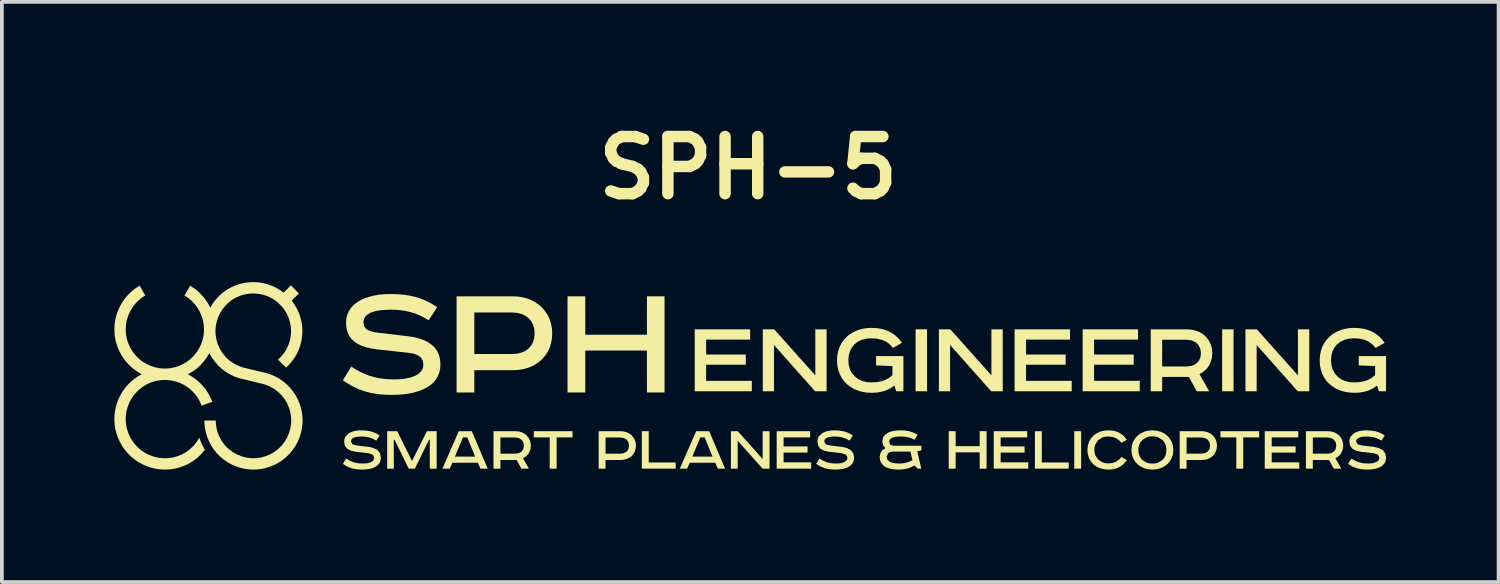
<source format=kicad_pcb>
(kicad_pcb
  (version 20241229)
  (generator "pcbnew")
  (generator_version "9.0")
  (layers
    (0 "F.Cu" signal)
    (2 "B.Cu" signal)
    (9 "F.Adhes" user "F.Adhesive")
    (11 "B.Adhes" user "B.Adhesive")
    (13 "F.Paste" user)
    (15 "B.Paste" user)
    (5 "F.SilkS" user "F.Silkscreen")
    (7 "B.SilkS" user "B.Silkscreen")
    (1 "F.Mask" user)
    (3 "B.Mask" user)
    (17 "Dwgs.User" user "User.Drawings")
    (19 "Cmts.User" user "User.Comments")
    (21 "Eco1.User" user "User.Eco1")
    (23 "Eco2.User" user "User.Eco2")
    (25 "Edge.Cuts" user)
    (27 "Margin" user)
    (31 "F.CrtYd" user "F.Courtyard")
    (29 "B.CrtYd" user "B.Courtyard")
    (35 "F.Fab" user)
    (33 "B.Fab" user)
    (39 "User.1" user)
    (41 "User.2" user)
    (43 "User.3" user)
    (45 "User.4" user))
  (footprint "SPH-5"
    (layer "F.Cu")
    (at 16.904 6.974)
    (property "Reference" "SPH-5" (at 0 -5.548 0) (layer "F.SilkS") (effects (font (size 1.524 1.524) (thickness 0.305))))
    (attr smd)
    (fp_poly (pts (xy 4.77 0.411) (xy 4.465 0.411) (xy 4.465 -1.241) (xy 4.77 -1.241) (xy 4.77 0.411)) (stroke (width 0) (type solid)) (fill yes) (layer "F.SilkS"))
    (fp_poly (pts (xy 8.88 2.475) (xy 8.696 2.475) (xy 8.696 1.476) (xy 8.88 1.476) (xy 8.88 2.475)) (stroke (width 0) (type solid)) (fill yes) (layer "F.SilkS"))
    (fp_poly (pts (xy 12.945 0.411) (xy 12.641 0.411) (xy 12.641 -1.241) (xy 12.945 -1.241) (xy 12.945 0.411)) (stroke (width 0) (type solid)) (fill yes) (layer "F.SilkS"))
    (fp_poly (pts (xy -2.652 1.476) (xy -2.652 2.31) (xy -1.934 2.31) (xy -1.934 2.475) (xy -2.837 2.475) (xy -2.837 1.476) (xy -2.652 1.476)) (stroke (width 0) (type solid)) (fill yes) (layer "F.SilkS"))
    (fp_poly (pts (xy 7.831 1.476) (xy 7.831 2.31) (xy 8.549 2.31) (xy 8.549 2.475) (xy 7.647 2.475) (xy 7.647 1.476) (xy 7.831 1.476)) (stroke (width 0) (type solid)) (fill yes) (layer "F.SilkS"))
    (fp_poly (pts (xy -4.685 1.476) (xy -4.685 1.641) (xy -5.109 1.641) (xy -5.109 2.475) (xy -5.294 2.475) (xy -5.294 1.641) (xy -5.718 1.641) (xy -5.718 1.476) (xy -4.685 1.476)) (stroke (width 0) (type solid)) (fill yes) (layer "F.SilkS"))
    (fp_poly (pts (xy 13.628 1.476) (xy 13.628 1.641) (xy 13.203 1.641) (xy 13.203 2.475) (xy 13.019 2.475) (xy 13.019 1.641) (xy 12.595 1.641) (xy 12.595 1.476) (xy 13.628 1.476)) (stroke (width 0) (type solid)) (fill yes) (layer "F.SilkS"))
    (fp_poly (pts (xy -0.277 1.476) (xy 0.386 2.218) (xy 0.386 1.476) (xy 0.57 1.476) (xy 0.57 2.475) (xy 0.384 2.475) (xy -0.28 1.729) (xy -0.28 2.475) (xy -0.461 2.475) (xy -0.461 1.476) (xy -0.277 1.476)) (stroke (width 0) (type solid)) (fill yes) (layer "F.SilkS"))
    (fp_poly (pts (xy 0.694 -1.241) (xy 1.79 -0.013) (xy 1.79 -1.241) (xy 2.091 -1.241) (xy 2.091 0.411) (xy 1.784 0.411) (xy 0.688 -0.823) (xy 0.688 0.411) (xy 0.39 0.411) (xy 0.39 -1.241) (xy 0.694 -1.241)) (stroke (width 0) (type solid)) (fill yes) (layer "F.SilkS"))
    (fp_poly (pts (xy 5.391 -1.241) (xy 6.487 -0.013) (xy 6.487 -1.241) (xy 6.789 -1.241) (xy 6.789 0.411) (xy 6.481 0.411) (xy 5.385 -0.823) (xy 5.385 0.411) (xy 5.086 0.411) (xy 5.086 -1.241) (xy 5.391 -1.241)) (stroke (width 0) (type solid)) (fill yes) (layer "F.SilkS"))
    (fp_poly (pts (xy 13.566 -1.241) (xy 14.662 -0.013) (xy 14.662 -1.241) (xy 14.964 -1.241) (xy 14.964 0.411) (xy 14.656 0.411) (xy 13.561 -0.823) (xy 13.561 0.411) (xy 13.262 0.411) (xy 13.262 -1.241) (xy 13.566 -1.241)) (stroke (width 0) (type solid)) (fill yes) (layer "F.SilkS"))
    (fp_poly (pts (xy -4.345 -2.121) (xy -4.345 -1.097) (xy -2.7 -1.097) (xy -2.7 -2.121) (xy -2.231 -2.121) (xy -2.231 0.443) (xy -2.7 0.443) (xy -2.7 -0.675) (xy -4.345 -0.675) (xy -4.345 0.443) (xy -4.818 0.443) (xy -4.818 -2.121) (xy -4.345 -2.121)) (stroke (width 0) (type solid)) (fill yes) (layer "F.SilkS"))
    (fp_poly (pts (xy 0.052 -1.241) (xy 0.052 -0.966) (xy -1.121 -0.966) (xy -1.121 -0.569) (xy -0.064 -0.569) (xy -0.064 -0.297) (xy -1.121 -0.297) (xy -1.121 0.133) (xy 0.097 0.133) (xy 0.097 0.411) (xy -1.426 0.411) (xy -1.426 -1.241) (xy 0.052 -1.241)) (stroke (width 0) (type solid)) (fill yes) (layer "F.SilkS"))
    (fp_poly (pts (xy 1.653 1.476) (xy 1.653 1.641) (xy 0.944 1.641) (xy 0.944 1.882) (xy 1.583 1.882) (xy 1.583 2.047) (xy 0.944 2.047) (xy 0.944 2.307) (xy 1.68 2.307) (xy 1.68 2.475) (xy 0.76 2.475) (xy 0.76 1.476) (xy 1.653 1.476)) (stroke (width 0) (type solid)) (fill yes) (layer "F.SilkS"))
    (fp_poly (pts (xy 5.533 1.476) (xy 5.533 1.875) (xy 6.174 1.875) (xy 6.174 1.476) (xy 6.358 1.476) (xy 6.358 2.475) (xy 6.174 2.475) (xy 6.174 2.04) (xy 5.533 2.04) (xy 5.533 2.475) (xy 5.348 2.475) (xy 5.348 1.476) (xy 5.533 1.476)) (stroke (width 0) (type solid)) (fill yes) (layer "F.SilkS"))
    (fp_poly (pts (xy 7.443 1.476) (xy 7.443 1.641) (xy 6.733 1.641) (xy 6.733 1.882) (xy 7.372 1.882) (xy 7.372 2.047) (xy 6.733 2.047) (xy 6.733 2.307) (xy 7.47 2.307) (xy 7.47 2.475) (xy 6.549 2.475) (xy 6.549 1.476) (xy 7.443 1.476)) (stroke (width 0) (type solid)) (fill yes) (layer "F.SilkS"))
    (fp_poly (pts (xy 8.583 -1.241) (xy 8.583 -0.966) (xy 7.41 -0.966) (xy 7.41 -0.569) (xy 8.467 -0.569) (xy 8.467 -0.297) (xy 7.41 -0.297) (xy 7.41 0.133) (xy 8.628 0.133) (xy 8.628 0.411) (xy 7.105 0.411) (xy 7.105 -1.241) (xy 8.583 -1.241)) (stroke (width 0) (type solid)) (fill yes) (layer "F.SilkS"))
    (fp_poly (pts (xy 10.398 -1.241) (xy 10.398 -0.966) (xy 9.225 -0.966) (xy 9.225 -0.569) (xy 10.282 -0.569) (xy 10.282 -0.297) (xy 9.225 -0.297) (xy 9.225 0.133) (xy 10.443 0.133) (xy 10.443 0.411) (xy 8.92 0.411) (xy 8.92 -1.241) (xy 10.398 -1.241)) (stroke (width 0) (type solid)) (fill yes) (layer "F.SilkS"))
    (fp_poly (pts (xy 14.671 1.476) (xy 14.671 1.641) (xy 13.962 1.641) (xy 13.962 1.882) (xy 14.6 1.882) (xy 14.6 2.047) (xy 13.962 2.047) (xy 13.962 2.307) (xy 14.698 2.307) (xy 14.698 2.475) (xy 13.777 2.475) (xy 13.777 1.476) (xy 14.671 1.476)) (stroke (width 0) (type solid)) (fill yes) (layer "F.SilkS"))
    (fp_poly (pts (xy -7.821 2.153) (xy -7.209 2.318) (xy -7.89 2.318) (xy -7.958 2.475) (xy -8.155 2.475) (xy -7.718 1.476) (xy -7.371 1.476) (xy -6.947 2.475) (xy -7.14 2.475) (xy -7.209 2.318) (xy -7.821 2.153) (xy -7.283 2.153) (xy -7.492 1.641) (xy -7.606 1.641) (xy -7.821 2.153)) (stroke (width 0) (type solid)) (fill yes) (layer "F.SilkS"))
    (fp_poly (pts (xy -1.49 2.153) (xy -0.878 2.318) (xy -1.558 2.318) (xy -1.627 2.475) (xy -1.824 2.475) (xy -1.387 1.476) (xy -1.04 1.476) (xy -0.616 2.475) (xy -0.809 2.475) (xy -0.878 2.318) (xy -1.49 2.153) (xy -0.952 2.153) (xy -1.161 1.641) (xy -1.275 1.641) (xy -1.49 2.153)) (stroke (width 0) (type solid)) (fill yes) (layer "F.SilkS"))
    (fp_poly (pts (xy -9.36 1.476) (xy -8.97 2.262) (xy -8.961 2.262) (xy -8.569 1.476) (xy -8.308 1.476) (xy -8.308 2.475) (xy -8.492 2.475) (xy -8.492 1.704) (xy -8.511 1.704) (xy -8.89 2.475) (xy -9.054 2.475) (xy -9.431 1.704) (xy -9.451 1.704) (xy -9.451 2.475) (xy -9.628 2.475) (xy -9.628 1.476) (xy -9.36 1.476)) (stroke (width 0) (type solid)) (fill yes) (layer "F.SilkS"))
    (fp_poly (pts (xy -6.608 2.076) (xy -5.921 2.143) (xy -6.005 2.198) (xy -5.848 2.475) (xy -6.049 2.475) (xy -6.176 2.244) (xy -6.608 2.244) (xy -6.608 2.475) (xy -6.792 2.475) (xy -6.792 1.476) (xy -6.204 1.476) (xy -6.204 1.476) (xy -6.12 1.483) (xy -6.043 1.504) (xy -5.974 1.538) (xy -5.915 1.583) (xy -5.866 1.639) (xy -5.829 1.705) (xy -5.805 1.78) (xy -5.797 1.863) (xy -5.811 1.973) (xy -5.854 2.068) (xy -5.921 2.143) (xy -6.608 2.076) (xy -6.212 2.076) (xy -6.119 2.062) (xy -6.045 2.02) (xy -5.997 1.952) (xy -5.981 1.863) (xy -5.997 1.771) (xy -6.045 1.702) (xy -6.119 1.659) (xy -6.212 1.644) (xy -6.608 1.644) (xy -6.608 2.076)) (stroke (width 0) (type solid)) (fill yes) (layer "F.SilkS"))
    (fp_poly (pts (xy 15.059 2.076) (xy 15.746 2.143) (xy 15.661 2.198) (xy 15.818 2.475) (xy 15.618 2.475) (xy 15.491 2.244) (xy 15.059 2.244) (xy 15.059 2.475) (xy 14.875 2.475) (xy 14.875 1.476) (xy 15.463 1.476) (xy 15.463 1.476) (xy 15.546 1.483) (xy 15.624 1.504) (xy 15.693 1.538) (xy 15.752 1.583) (xy 15.801 1.639) (xy 15.838 1.705) (xy 15.862 1.78) (xy 15.87 1.863) (xy 15.855 1.973) (xy 15.813 2.068) (xy 15.746 2.143) (xy 15.059 2.076) (xy 15.454 2.076) (xy 15.548 2.062) (xy 15.621 2.02) (xy 15.669 1.952) (xy 15.685 1.863) (xy 15.669 1.771) (xy 15.621 1.702) (xy 15.548 1.659) (xy 15.454 1.644) (xy 15.059 1.644) (xy 15.059 2.076)) (stroke (width 0) (type solid)) (fill yes) (layer "F.SilkS"))
    (fp_poly (pts (xy -3.804 2.076) (xy -3.063 2.085) (xy -3.111 2.14) (xy -3.17 2.184) (xy -3.24 2.217) (xy -3.317 2.237) (xy -3.401 2.244) (xy -3.804 2.244) (xy -3.804 2.475) (xy -3.988 2.475) (xy -3.988 1.476) (xy -3.4 1.476) (xy -3.4 1.476) (xy -3.317 1.483) (xy -3.24 1.504) (xy -3.17 1.538) (xy -3.111 1.583) (xy -3.063 1.639) (xy -3.025 1.705) (xy -3.001 1.78) (xy -2.993 1.863) (xy -3.001 1.945) (xy -3.025 2.02) (xy -3.063 2.085) (xy -3.804 2.076) (xy -3.409 2.076) (xy -3.316 2.062) (xy -3.242 2.02) (xy -3.194 1.952) (xy -3.178 1.863) (xy -3.194 1.771) (xy -3.242 1.702) (xy -3.316 1.659) (xy -3.409 1.644) (xy -3.804 1.644) (xy -3.804 2.076)) (stroke (width 0) (type solid)) (fill yes) (layer "F.SilkS"))
    (fp_poly (pts (xy 11.692 2.076) (xy 12.434 2.085) (xy 12.385 2.14) (xy 12.326 2.184) (xy 12.257 2.217) (xy 12.179 2.237) (xy 12.096 2.244) (xy 11.692 2.244) (xy 11.692 2.475) (xy 11.508 2.475) (xy 11.508 1.476) (xy 12.096 1.476) (xy 12.096 1.476) (xy 12.179 1.483) (xy 12.257 1.504) (xy 12.326 1.538) (xy 12.385 1.583) (xy 12.434 1.639) (xy 12.471 1.705) (xy 12.495 1.78) (xy 12.503 1.863) (xy 12.495 1.945) (xy 12.471 2.02) (xy 12.434 2.085) (xy 11.692 2.076) (xy 12.087 2.076) (xy 12.181 2.062) (xy 12.255 2.02) (xy 12.303 1.952) (xy 12.319 1.863) (xy 12.303 1.771) (xy 12.255 1.702) (xy 12.181 1.659) (xy 12.087 1.644) (xy 11.692 1.644) (xy 11.692 2.076)) (stroke (width 0) (type solid)) (fill yes) (layer "F.SilkS"))
    (fp_poly (pts (xy 11.041 -0.25) (xy 12.215 -0.175) (xy 12.132 -0.103) (xy 12.035 -0.046) (xy 12.295 0.411) (xy 11.963 0.411) (xy 11.754 0.028) (xy 11.041 0.028) (xy 11.041 0.411) (xy 10.736 0.411) (xy 10.736 -1.241) (xy 11.706 -1.241) (xy 11.829 -1.231) (xy 11.944 -1.204) (xy 12.049 -1.161) (xy 12.143 -1.101) (xy 12.223 -1.027) (xy 12.288 -0.938) (xy 12.337 -0.838) (xy 12.368 -0.725) (xy 12.378 -0.601) (xy 12.367 -0.476) (xy 12.335 -0.363) (xy 12.284 -0.262) (xy 12.215 -0.175) (xy 11.041 -0.25) (xy 11.694 -0.25) (xy 11.821 -0.265) (xy 11.927 -0.31) (xy 12.007 -0.382) (xy 12.058 -0.48) (xy 12.076 -0.601) (xy 12.058 -0.725) (xy 12.007 -0.825) (xy 11.927 -0.9) (xy 11.821 -0.947) (xy 11.694 -0.963) (xy 11.041 -0.963) (xy 11.041 -0.25)) (stroke (width 0) (type solid)) (fill yes) (layer "F.SilkS"))
    (fp_poly (pts (xy 9.956 1.787) (xy 9.889 1.715) (xy 9.81 1.661) (xy 9.715 1.628) (xy 9.6 1.617) (xy 9.519 1.623) (xy 9.447 1.642) (xy 9.332 1.715) (xy 9.258 1.828) (xy 9.238 1.899) (xy 9.232 1.976) (xy 9.238 2.052) (xy 9.259 2.122) (xy 9.335 2.235) (xy 9.451 2.309) (xy 9.522 2.329) (xy 9.6 2.336) (xy 9.714 2.325) (xy 9.808 2.291) (xy 9.887 2.237) (xy 9.956 2.164) (xy 10.1 2.249) (xy 10.01 2.356) (xy 9.898 2.435) (xy 9.81 2.471) (xy 9.712 2.493) (xy 9.604 2.5) (xy 9.489 2.491) (xy 9.383 2.464) (xy 9.289 2.42) (xy 9.207 2.36) (xy 9.14 2.285) (xy 9.089 2.195) (xy 9.058 2.091) (xy 9.047 1.976) (xy 9.058 1.861) (xy 9.09 1.758) (xy 9.141 1.668) (xy 9.209 1.593) (xy 9.29 1.533) (xy 9.385 1.489) (xy 9.49 1.462) (xy 9.604 1.453) (xy 9.712 1.46) (xy 9.809 1.481) (xy 9.897 1.517) (xy 10.009 1.596) (xy 10.098 1.704) (xy 9.956 1.787) (xy 9.956 1.787)) (stroke (width 0) (type solid)) (fill yes) (layer "F.SilkS"))
    (fp_poly (pts (xy -7.304 -0.582) (xy -5.41 -0.545) (xy -5.485 -0.456) (xy -5.572 -0.378) (xy -5.668 -0.311) (xy -5.774 -0.254) (xy -5.887 -0.21) (xy -6.008 -0.177) (xy -6.136 -0.158) (xy -6.269 -0.151) (xy -7.304 -0.151) (xy -7.304 0.443) (xy -7.777 0.443) (xy -7.777 -2.121) (xy -6.269 -2.121) (xy -6.136 -2.115) (xy -6.008 -2.094) (xy -5.887 -2.061) (xy -5.774 -2.015) (xy -5.668 -1.957) (xy -5.572 -1.888) (xy -5.485 -1.808) (xy -5.41 -1.718) (xy -5.346 -1.618) (xy -5.295 -1.509) (xy -5.258 -1.39) (xy -5.234 -1.264) (xy -5.226 -1.129) (xy -5.234 -0.995) (xy -5.258 -0.869) (xy -5.295 -0.752) (xy -5.346 -0.644) (xy -5.41 -0.545) (xy -7.304 -0.582) (xy -6.288 -0.582) (xy -6.161 -0.592) (xy -6.047 -0.62) (xy -5.945 -0.665) (xy -5.859 -0.727) (xy -5.789 -0.805) (xy -5.738 -0.899) (xy -5.706 -1.007) (xy -5.695 -1.129) (xy -5.706 -1.253) (xy -5.738 -1.364) (xy -5.789 -1.46) (xy -5.859 -1.54) (xy -5.945 -1.604) (xy -6.047 -1.651) (xy -6.161 -1.68) (xy -6.288 -1.69) (xy -7.304 -1.69) (xy -7.304 -0.582)) (stroke (width 0) (type solid)) (fill yes) (layer "F.SilkS"))
    (fp_poly (pts (xy -9.919 1.727) (xy -10.01 1.677) (xy -10.102 1.643) (xy -10.202 1.624) (xy -10.318 1.617) (xy -10.455 1.628) (xy -10.54 1.658) (xy -10.583 1.7) (xy -10.596 1.75) (xy -10.552 1.827) (xy -10.439 1.857) (xy -10.128 1.893) (xy -9.99 1.925) (xy -9.884 1.982) (xy -9.818 2.067) (xy -9.796 2.183) (xy -9.805 2.259) (xy -9.833 2.324) (xy -9.877 2.379) (xy -9.937 2.423) (xy -10.01 2.457) (xy -10.097 2.481) (xy -10.196 2.495) (xy -10.303 2.5) (xy -10.446 2.491) (xy -10.573 2.466) (xy -10.692 2.419) (xy -10.809 2.348) (xy -10.722 2.206) (xy -10.617 2.266) (xy -10.513 2.308) (xy -10.401 2.331) (xy -10.276 2.339) (xy -10.153 2.33) (xy -10.057 2.301) (xy -9.994 2.253) (xy -9.973 2.186) (xy -10.012 2.102) (xy -10.128 2.063) (xy -10.457 2.027) (xy -10.589 1.998) (xy -10.69 1.947) (xy -10.755 1.866) (xy -10.776 1.751) (xy -10.767 1.68) (xy -10.74 1.618) (xy -10.642 1.525) (xy -10.574 1.493) (xy -10.495 1.471) (xy -10.409 1.457) (xy -10.318 1.453) (xy -10.186 1.46) (xy -10.064 1.481) (xy -9.946 1.523) (xy -9.83 1.592) (xy -9.919 1.727) (xy -9.919 1.727)) (stroke (width 0) (type solid)) (fill yes) (layer "F.SilkS"))
    (fp_poly (pts (xy 2.704 1.727) (xy 2.613 1.677) (xy 2.521 1.643) (xy 2.42 1.624) (xy 2.305 1.617) (xy 2.168 1.628) (xy 2.083 1.658) (xy 2.04 1.7) (xy 2.027 1.75) (xy 2.07 1.827) (xy 2.184 1.857) (xy 2.495 1.893) (xy 2.633 1.925) (xy 2.738 1.982) (xy 2.804 2.067) (xy 2.826 2.183) (xy 2.817 2.259) (xy 2.789 2.324) (xy 2.745 2.379) (xy 2.686 2.423) (xy 2.612 2.457) (xy 2.525 2.481) (xy 2.427 2.495) (xy 2.319 2.5) (xy 2.177 2.491) (xy 2.049 2.466) (xy 1.93 2.419) (xy 1.814 2.348) (xy 1.9 2.206) (xy 2.005 2.266) (xy 2.11 2.308) (xy 2.221 2.331) (xy 2.346 2.339) (xy 2.469 2.33) (xy 2.566 2.301) (xy 2.629 2.253) (xy 2.65 2.186) (xy 2.611 2.102) (xy 2.495 2.063) (xy 2.166 2.027) (xy 2.033 1.998) (xy 1.932 1.947) (xy 1.868 1.866) (xy 1.846 1.751) (xy 1.855 1.68) (xy 1.882 1.618) (xy 1.981 1.525) (xy 2.048 1.493) (xy 2.127 1.471) (xy 2.213 1.457) (xy 2.305 1.453) (xy 2.436 1.46) (xy 2.558 1.481) (xy 2.676 1.523) (xy 2.792 1.592) (xy 2.704 1.727) (xy 2.704 1.727)) (stroke (width 0) (type solid)) (fill yes) (layer "F.SilkS"))
    (fp_poly (pts (xy 16.89 1.727) (xy 16.799 1.677) (xy 16.706 1.643) (xy 16.606 1.624) (xy 16.491 1.617) (xy 16.353 1.628) (xy 16.269 1.658) (xy 16.225 1.7) (xy 16.213 1.75) (xy 16.256 1.827) (xy 16.37 1.857) (xy 16.68 1.893) (xy 16.819 1.925) (xy 16.924 1.982) (xy 16.99 2.067) (xy 17.013 2.183) (xy 17.003 2.259) (xy 16.975 2.324) (xy 16.931 2.379) (xy 16.872 2.423) (xy 16.798 2.457) (xy 16.711 2.481) (xy 16.613 2.495) (xy 16.505 2.5) (xy 16.363 2.491) (xy 16.235 2.466) (xy 16.116 2.419) (xy 16 2.348) (xy 16.086 2.206) (xy 16.191 2.266) (xy 16.296 2.308) (xy 16.407 2.331) (xy 16.532 2.339) (xy 16.655 2.33) (xy 16.751 2.301) (xy 16.814 2.253) (xy 16.835 2.186) (xy 16.797 2.102) (xy 16.68 2.063) (xy 16.352 2.027) (xy 16.219 1.998) (xy 16.118 1.947) (xy 16.054 1.866) (xy 16.032 1.751) (xy 16.041 1.68) (xy 16.068 1.618) (xy 16.167 1.525) (xy 16.234 1.493) (xy 16.313 1.471) (xy 16.399 1.457) (xy 16.491 1.453) (xy 16.622 1.46) (xy 16.744 1.481) (xy 16.862 1.523) (xy 16.978 1.592) (xy 16.89 1.727) (xy 16.89 1.727)) (stroke (width 0) (type solid)) (fill yes) (layer "F.SilkS"))
    (fp_poly (pts (xy 4.009 2.339) (xy 4.437 2.39) (xy 4.337 2.44) (xy 4.235 2.474) (xy 4.129 2.493) (xy 4.018 2.5) (xy 3.922 2.496) (xy 3.827 2.484) (xy 3.737 2.463) (xy 3.657 2.428) (xy 3.598 2.383) (xy 3.55 2.325) (xy 3.518 2.252) (xy 3.507 2.162) (xy 3.525 2.063) (xy 3.577 1.984) (xy 3.664 1.926) (xy 3.598 1.852) (xy 3.576 1.753) (xy 3.598 1.641) (xy 3.661 1.561) (xy 3.744 1.508) (xy 3.844 1.475) (xy 3.953 1.458) (xy 4.061 1.453) (xy 4.184 1.458) (xy 4.296 1.477) (xy 4.404 1.513) (xy 4.516 1.568) (xy 4.439 1.704) (xy 4.351 1.664) (xy 4.264 1.637) (xy 4.168 1.622) (xy 4.058 1.617) (xy 3.923 1.625) (xy 3.831 1.65) (xy 3.778 1.693) (xy 3.76 1.757) (xy 3.787 1.836) (xy 3.87 1.863) (xy 4.619 1.863) (xy 4.619 1.987) (xy 4.509 2.012) (xy 4.617 2.475) (xy 4.518 2.475) (xy 4.437 2.39) (xy 4.009 2.339) (xy 4.11 2.334) (xy 4.203 2.318) (xy 4.292 2.29) (xy 4.381 2.251) (xy 4.327 2.02) (xy 3.866 2.02) (xy 3.789 2.029) (xy 3.735 2.058) (xy 3.691 2.155) (xy 3.713 2.238) (xy 3.777 2.295) (xy 3.878 2.328) (xy 4.009 2.339)) (stroke (width 0) (type solid)) (fill yes) (layer "F.SilkS"))
    (fp_poly (pts (xy 10.405 1.976) (xy 10.384 2.357) (xy 10.316 2.282) (xy 10.264 2.192) (xy 10.232 2.09) (xy 10.221 1.976) (xy 10.232 1.863) (xy 10.264 1.761) (xy 10.316 1.671) (xy 10.384 1.596) (xy 10.466 1.535) (xy 10.562 1.49) (xy 10.667 1.462) (xy 10.78 1.453) (xy 10.892 1.462) (xy 10.998 1.49) (xy 11.093 1.535) (xy 11.176 1.596) (xy 11.243 1.671) (xy 11.295 1.761) (xy 11.328 1.863) (xy 11.338 1.976) (xy 11.328 2.09) (xy 11.295 2.192) (xy 11.243 2.282) (xy 11.176 2.357) (xy 11.093 2.418) (xy 10.998 2.463) (xy 10.892 2.491) (xy 10.78 2.5) (xy 10.667 2.491) (xy 10.562 2.463) (xy 10.466 2.418) (xy 10.384 2.357) (xy 10.405 1.976) (xy 10.412 2.058) (xy 10.434 2.131) (xy 10.468 2.193) (xy 10.513 2.245) (xy 10.632 2.317) (xy 10.702 2.335) (xy 10.779 2.341) (xy 10.855 2.335) (xy 10.927 2.317) (xy 11.046 2.245) (xy 11.091 2.193) (xy 11.126 2.131) (xy 11.147 2.058) (xy 11.154 1.976) (xy 11.147 1.894) (xy 11.126 1.822) (xy 11.091 1.76) (xy 11.046 1.707) (xy 10.927 1.636) (xy 10.855 1.618) (xy 10.779 1.612) (xy 10.702 1.618) (xy 10.632 1.636) (xy 10.513 1.707) (xy 10.468 1.76) (xy 10.434 1.822) (xy 10.412 1.894) (xy 10.405 1.976)) (stroke (width 0) (type solid)) (fill yes) (layer "F.SilkS"))
    (fp_poly (pts (xy 4.14 -0.527) (xy 4.14 0.411) (xy 3.946 0.411) (xy 3.901 0.258) (xy 3.802 0.327) (xy 3.694 0.381) (xy 3.575 0.42) (xy 3.441 0.444) (xy 3.289 0.452) (xy 3.16 0.446) (xy 3.038 0.425) (xy 2.923 0.392) (xy 2.817 0.347) (xy 2.719 0.289) (xy 2.632 0.22) (xy 2.555 0.14) (xy 2.491 0.049) (xy 2.439 -0.053) (xy 2.4 -0.164) (xy 2.377 -0.284) (xy 2.369 -0.413) (xy 2.377 -0.543) (xy 2.401 -0.664) (xy 2.44 -0.775) (xy 2.492 -0.877) (xy 2.557 -0.968) (xy 2.634 -1.048) (xy 2.722 -1.117) (xy 2.82 -1.174) (xy 2.926 -1.22) (xy 3.04 -1.253) (xy 3.162 -1.273) (xy 3.289 -1.28) (xy 3.442 -1.271) (xy 3.581 -1.247) (xy 3.708 -1.206) (xy 3.823 -1.149) (xy 3.926 -1.076) (xy 4.018 -0.987) (xy 4.101 -0.882) (xy 3.862 -0.745) (xy 3.776 -0.838) (xy 3.679 -0.91) (xy 3.567 -0.961) (xy 3.435 -0.992) (xy 3.28 -1.002) (xy 3.148 -0.991) (xy 3.029 -0.961) (xy 2.925 -0.911) (xy 2.837 -0.843) (xy 2.766 -0.758) (xy 2.714 -0.658) (xy 2.682 -0.542) (xy 2.671 -0.413) (xy 2.682 -0.286) (xy 2.715 -0.172) (xy 2.768 -0.071) (xy 2.84 0.014) (xy 2.928 0.082) (xy 3.032 0.133) (xy 3.15 0.164) (xy 3.28 0.175) (xy 3.428 0.167) (xy 3.554 0.144) (xy 3.664 0.106) (xy 3.76 0.051) (xy 3.847 -0.019) (xy 3.847 -0.261) (xy 3.411 -0.279) (xy 3.411 -0.527) (xy 4.14 -0.527) (xy 4.14 -0.527)) (stroke (width 0) (type solid)) (fill yes) (layer "F.SilkS"))
    (fp_poly (pts (xy 17.012 -0.527) (xy 17.012 0.411) (xy 16.818 0.411) (xy 16.773 0.258) (xy 16.674 0.327) (xy 16.567 0.381) (xy 16.448 0.42) (xy 16.314 0.444) (xy 16.161 0.452) (xy 16.033 0.446) (xy 15.911 0.425) (xy 15.796 0.392) (xy 15.689 0.347) (xy 15.592 0.289) (xy 15.504 0.22) (xy 15.428 0.14) (xy 15.363 0.049) (xy 15.312 -0.053) (xy 15.273 -0.164) (xy 15.25 -0.284) (xy 15.242 -0.413) (xy 15.25 -0.543) (xy 15.274 -0.664) (xy 15.312 -0.775) (xy 15.365 -0.877) (xy 15.43 -0.968) (xy 15.507 -1.048) (xy 15.594 -1.117) (xy 15.692 -1.174) (xy 15.799 -1.22) (xy 15.913 -1.253) (xy 16.034 -1.273) (xy 16.161 -1.28) (xy 16.314 -1.271) (xy 16.454 -1.247) (xy 16.58 -1.206) (xy 16.695 -1.149) (xy 16.798 -1.076) (xy 16.891 -0.987) (xy 16.974 -0.882) (xy 16.734 -0.745) (xy 16.648 -0.838) (xy 16.551 -0.91) (xy 16.439 -0.961) (xy 16.308 -0.992) (xy 16.152 -1.002) (xy 16.02 -0.991) (xy 15.901 -0.961) (xy 15.797 -0.911) (xy 15.709 -0.843) (xy 15.638 -0.758) (xy 15.586 -0.658) (xy 15.554 -0.542) (xy 15.543 -0.413) (xy 15.555 -0.286) (xy 15.588 -0.172) (xy 15.641 -0.071) (xy 15.712 0.014) (xy 15.801 0.082) (xy 15.905 0.133) (xy 16.022 0.164) (xy 16.152 0.175) (xy 16.3 0.167) (xy 16.427 0.144) (xy 16.536 0.106) (xy 16.632 0.051) (xy 16.72 -0.019) (xy 16.72 -0.261) (xy 16.284 -0.279) (xy 16.284 -0.527) (xy 17.012 -0.527) (xy 17.012 -0.527)) (stroke (width 0) (type solid)) (fill yes) (layer "F.SilkS"))
    (fp_poly (pts (xy -8.523 -1.482) (xy -8.638 -1.551) (xy -8.753 -1.61) (xy -8.872 -1.659) (xy -8.994 -1.698) (xy -9.121 -1.728) (xy -9.254 -1.748) (xy -9.396 -1.761) (xy -9.548 -1.765) (xy -9.767 -1.755) (xy -9.939 -1.728) (xy -10.068 -1.686) (xy -10.16 -1.632) (xy -10.22 -1.569) (xy -10.252 -1.497) (xy -10.262 -1.421) (xy -10.243 -1.323) (xy -10.189 -1.251) (xy -10.105 -1.201) (xy -9.993 -1.169) (xy -9.858 -1.148) (xy -9.06 -1.055) (xy -8.908 -1.031) (xy -8.769 -0.996) (xy -8.643 -0.95) (xy -8.532 -0.894) (xy -8.436 -0.826) (xy -8.355 -0.747) (xy -8.292 -0.656) (xy -8.245 -0.553) (xy -8.217 -0.437) (xy -8.207 -0.309) (xy -8.215 -0.193) (xy -8.239 -0.087) (xy -8.278 0.01) (xy -8.331 0.098) (xy -8.398 0.178) (xy -8.478 0.248) (xy -8.57 0.31) (xy -8.674 0.363) (xy -8.79 0.407) (xy -8.915 0.444) (xy -9.051 0.472) (xy -9.196 0.492) (xy -9.349 0.503) (xy -9.51 0.507) (xy -9.661 0.504) (xy -9.805 0.494) (xy -9.944 0.477) (xy -10.076 0.452) (xy -10.205 0.419) (xy -10.33 0.377) (xy -10.452 0.327) (xy -10.572 0.267) (xy -10.691 0.197) (xy -10.809 0.118) (xy -10.586 -0.248) (xy -10.468 -0.173) (xy -10.35 -0.108) (xy -10.231 -0.052) (xy -10.11 -0.006) (xy -9.986 0.031) (xy -9.858 0.059) (xy -9.726 0.079) (xy -9.587 0.091) (xy -9.441 0.095) (xy -9.274 0.089) (xy -9.124 0.07) (xy -8.991 0.04) (xy -8.878 -0.003) (xy -8.786 -0.058) (xy -8.718 -0.126) (xy -8.676 -0.206) (xy -8.662 -0.299) (xy -8.677 -0.402) (xy -8.723 -0.484) (xy -8.802 -0.546) (xy -8.914 -0.59) (xy -9.06 -0.615) (xy -9.905 -0.707) (xy -10.05 -0.73) (xy -10.184 -0.76) (xy -10.305 -0.8) (xy -10.412 -0.851) (xy -10.504 -0.913) (xy -10.582 -0.986) (xy -10.644 -1.073) (xy -10.689 -1.173) (xy -10.716 -1.287) (xy -10.725 -1.417) (xy -10.716 -1.533) (xy -10.689 -1.639) (xy -10.645 -1.735) (xy -10.586 -1.821) (xy -10.513 -1.898) (xy -10.426 -1.966) (xy -10.327 -2.024) (xy -10.218 -2.073) (xy -10.099 -2.112) (xy -9.971 -2.143) (xy -9.836 -2.165) (xy -9.694 -2.178) (xy -9.548 -2.182) (xy -9.411 -2.18) (xy -9.277 -2.172) (xy -9.147 -2.158) (xy -9.02 -2.138) (xy -8.896 -2.11) (xy -8.773 -2.074) (xy -8.652 -2.028) (xy -8.533 -1.973) (xy -8.414 -1.907) (xy -8.296 -1.829) (xy -8.523 -1.482)) (stroke (width 0) (type solid)) (fill yes) (layer "F.SilkS"))
    (fp_poly (pts (xy -11.957 0.76) (xy -12.004 0.643) (xy -12.062 0.532) (xy -12.13 0.427) (xy -12.207 0.33) (xy -12.292 0.241) (xy -12.385 0.16) (xy -12.485 0.089) (xy -12.591 0.027) (xy -12.703 -0.025) (xy -12.82 -0.066) (xy -12.941 -0.095) (xy -13.366 -0.197) (xy -13.375 -0.199) (xy -13.505 -0.231) (xy -13.628 -0.28) (xy -13.742 -0.343) (xy -13.848 -0.42) (xy -13.942 -0.511) (xy -14.024 -0.613) (xy -14.093 -0.725) (xy -14.147 -0.847) (xy -14.183 -0.968) (xy -14.203 -1.091) (xy -14.208 -1.212) (xy -14.198 -1.332) (xy -14.174 -1.449) (xy -14.136 -1.563) (xy -14.086 -1.67) (xy -14.024 -1.772) (xy -13.949 -1.865) (xy -13.863 -1.95) (xy -13.767 -2.025) (xy -13.661 -2.088) (xy -13.545 -2.138) (xy -13.432 -2.172) (xy -13.318 -2.191) (xy -13.205 -2.198) (xy -13.205 -2.197) (xy -13.197 -2.197) (xy -13.071 -2.19) (xy -12.95 -2.167) (xy -12.834 -2.13) (xy -12.725 -2.08) (xy -12.623 -2.017) (xy -12.53 -1.943) (xy -12.446 -1.859) (xy -12.372 -1.766) (xy -12.309 -1.664) (xy -12.259 -1.555) (xy -12.222 -1.439) (xy -12.199 -1.318) (xy -12.191 -1.192) (xy -12.199 -1.064) (xy -12.223 -0.941) (xy -12.261 -0.824) (xy -12.313 -0.713) (xy -12.377 -0.611) (xy -12.453 -0.517) (xy -12.54 -0.432) (xy -12.326 -0.219) (xy -12.24 -0.302) (xy -12.163 -0.394) (xy -12.094 -0.492) (xy -12.033 -0.596) (xy -11.983 -0.706) (xy -11.943 -0.821) (xy -11.913 -0.941) (xy -11.895 -1.065) (xy -11.889 -1.192) (xy -11.895 -1.322) (xy -11.914 -1.449) (xy -11.945 -1.571) (xy -11.987 -1.689) (xy -12.04 -1.801) (xy -12.103 -1.907) (xy -12.175 -2.006) (xy -11.983 -2.198) (xy -12.196 -2.412) (xy -12.39 -2.219) (xy -12.488 -2.29) (xy -12.594 -2.351) (xy -12.705 -2.403) (xy -12.821 -2.445) (xy -12.943 -2.475) (xy -13.068 -2.494) (xy -13.197 -2.5) (xy -13.205 -2.5) (xy -13.205 -2.5) (xy -13.316 -2.495) (xy -13.427 -2.481) (xy -13.538 -2.457) (xy -13.648 -2.422) (xy -13.777 -2.368) (xy -13.897 -2.301) (xy -14.007 -2.223) (xy -14.108 -2.135) (xy -14.198 -2.038) (xy -14.278 -1.933) (xy -14.347 -1.821) (xy -14.41 -1.938) (xy -14.485 -2.049) (xy -14.57 -2.152) (xy -14.665 -2.246) (xy -14.77 -2.331) (xy -14.884 -2.405) (xy -15.035 -2.143) (xy -14.932 -2.076) (xy -14.839 -1.997) (xy -14.757 -1.909) (xy -14.685 -1.812) (xy -14.625 -1.708) (xy -14.577 -1.597) (xy -14.542 -1.482) (xy -14.52 -1.362) (xy -14.513 -1.239) (xy -14.521 -1.108) (xy -14.545 -0.982) (xy -14.583 -0.862) (xy -14.636 -0.748) (xy -14.7 -0.643) (xy -14.777 -0.545) (xy -14.864 -0.458) (xy -14.961 -0.382) (xy -15.067 -0.317) (xy -15.18 -0.265) (xy -15.3 -0.226) (xy -15.427 -0.202) (xy -15.557 -0.194) (xy -15.688 -0.202) (xy -15.814 -0.226) (xy -15.934 -0.265) (xy -16.048 -0.317) (xy -16.154 -0.382) (xy -16.251 -0.458) (xy -16.338 -0.545) (xy -16.414 -0.643) (xy -16.479 -0.748) (xy -16.531 -0.862) (xy -16.57 -0.982) (xy -16.594 -1.108) (xy -16.602 -1.239) (xy -16.595 -1.362) (xy -16.573 -1.482) (xy -16.538 -1.597) (xy -16.49 -1.708) (xy -16.43 -1.812) (xy -16.358 -1.909) (xy -16.275 -1.997) (xy -16.182 -2.076) (xy -16.08 -2.143) (xy -16.231 -2.405) (xy -16.34 -2.335) (xy -16.441 -2.255) (xy -16.534 -2.166) (xy -16.617 -2.07) (xy -16.69 -1.966) (xy -16.754 -1.856) (xy -16.807 -1.741) (xy -16.849 -1.62) (xy -16.879 -1.496) (xy -16.898 -1.369) (xy -16.904 -1.239) (xy -16.897 -1.099) (xy -16.876 -0.963) (xy -16.841 -0.832) (xy -16.794 -0.706) (xy -16.735 -0.587) (xy -16.665 -0.475) (xy -16.585 -0.37) (xy -16.495 -0.274) (xy -16.396 -0.187) (xy -16.289 -0.11) (xy -16.174 -0.043) (xy -16.253 0.000461) (xy -16.329 0.05) (xy -16.435 0.132) (xy -16.532 0.223) (xy -16.618 0.322) (xy -16.694 0.429) (xy -16.758 0.543) (xy -16.812 0.663) (xy -16.854 0.789) (xy -16.883 0.919) (xy -16.9 1.048) (xy -16.904 1.175) (xy -16.896 1.3) (xy -16.877 1.423) (xy -16.846 1.542) (xy -16.805 1.658) (xy -16.754 1.769) (xy -16.694 1.874) (xy -16.624 1.974) (xy -16.545 2.067) (xy -16.459 2.153) (xy -16.364 2.231) (xy -16.262 2.3) (xy -16.154 2.36) (xy -16.038 2.411) (xy -15.917 2.451) (xy -15.791 2.479) (xy -15.672 2.495) (xy -15.553 2.5) (xy -15.428 2.494) (xy -15.305 2.477) (xy -15.186 2.449) (xy -15.07 2.41) (xy -14.958 2.361) (xy -14.852 2.302) (xy -14.751 2.233) (xy -14.657 2.155) (xy -14.569 2.068) (xy -14.489 1.973) (xy -14.541 1.881) (xy -14.587 1.784) (xy -14.627 1.684) (xy -14.637 1.648) (xy -14.707 1.761) (xy -14.79 1.863) (xy -14.884 1.953) (xy -14.987 2.03) (xy -15.099 2.093) (xy -15.218 2.142) (xy -15.342 2.176) (xy -15.472 2.195) (xy -15.604 2.197) (xy -15.739 2.181) (xy -15.866 2.151) (xy -15.986 2.105) (xy -16.098 2.047) (xy -16.2 1.976) (xy -16.293 1.893) (xy -16.376 1.801) (xy -16.446 1.7) (xy -16.505 1.591) (xy -16.55 1.476) (xy -16.582 1.355) (xy -16.599 1.23) (xy -16.601 1.102) (xy -16.586 0.972) (xy -16.553 0.837) (xy -16.504 0.71) (xy -16.439 0.591) (xy -16.359 0.482) (xy -16.264 0.384) (xy -16.156 0.297) (xy -16.038 0.225) (xy -15.913 0.17) (xy -15.783 0.132) (xy -15.649 0.112) (xy -15.513 0.109) (xy -15.376 0.124) (xy -15.256 0.153) (xy -15.142 0.195) (xy -15.034 0.249) (xy -14.933 0.316) (xy -14.841 0.393) (xy -14.758 0.481) (xy -14.686 0.578) (xy -14.625 0.683) (xy -14.576 0.796) (xy -14.291 0.692) (xy -14.341 0.574) (xy -14.401 0.463) (xy -14.47 0.359) (xy -14.549 0.262) (xy -14.637 0.173) (xy -14.732 0.092) (xy -14.834 0.02) (xy -14.942 -0.042) (xy -14.824 -0.111) (xy -14.714 -0.19) (xy -14.613 -0.28) (xy -14.522 -0.38) (xy -14.44 -0.489) (xy -14.37 -0.605) (xy -14.303 -0.487) (xy -14.224 -0.378) (xy -14.136 -0.277) (xy -14.037 -0.186) (xy -13.93 -0.106) (xy -13.816 -0.036) (xy -13.694 0.021) (xy -13.566 0.066) (xy -13.432 0.097) (xy -13.005 0.2) (xy -12.876 0.234) (xy -12.754 0.284) (xy -12.64 0.349) (xy -12.536 0.428) (xy -12.443 0.52) (xy -12.362 0.623) (xy -12.295 0.736) (xy -12.243 0.859) (xy -12.207 0.988) (xy -12.189 1.118) (xy -12.188 1.248) (xy -12.205 1.378) (xy -12.238 1.505) (xy -12.288 1.629) (xy -12.354 1.745) (xy -12.433 1.85) (xy -12.525 1.943) (xy -12.628 2.023) (xy -12.741 2.089) (xy -12.864 2.141) (xy -12.992 2.177) (xy -13.123 2.195) (xy -13.253 2.196) (xy -13.383 2.18) (xy -13.51 2.146) (xy -13.633 2.096) (xy -13.749 2.031) (xy -13.854 1.952) (xy -13.948 1.86) (xy -14.028 1.757) (xy -14.094 1.643) (xy -14.146 1.52) (xy -14.176 1.412) (xy -14.194 1.302) (xy -14.2 1.191) (xy -14.504 1.191) (xy -14.499 1.299) (xy -14.486 1.407) (xy -14.463 1.514) (xy -14.432 1.619) (xy -14.383 1.74) (xy -14.323 1.854) (xy -14.253 1.961) (xy -14.174 2.061) (xy -14.084 2.152) (xy -13.986 2.234) (xy -13.88 2.306) (xy -13.765 2.369) (xy -13.656 2.416) (xy -13.543 2.453) (xy -13.428 2.479) (xy -13.313 2.495) (xy -13.196 2.5) (xy -13.087 2.495) (xy -12.979 2.482) (xy -12.871 2.459) (xy -12.765 2.427) (xy -12.644 2.378) (xy -12.53 2.319) (xy -12.423 2.249) (xy -12.324 2.169) (xy -12.233 2.08) (xy -12.151 1.981) (xy -12.078 1.875) (xy -12.016 1.761) (xy -11.965 1.641) (xy -11.926 1.518) (xy -11.9 1.393) (xy -11.886 1.266) (xy -11.885 1.139) (xy -11.896 1.012) (xy -11.92 0.885) (xy -11.957 0.76) (xy -11.957 0.76)) (stroke (width 0) (type solid)) (fill yes) (layer "F.SilkS")))
  (gr_rect
    (start -3 -3)
    (end 36.917 12.474)
    (stroke (width 0.1) (type default))
    (fill no)
    (layer "Edge.Cuts")))
</source>
